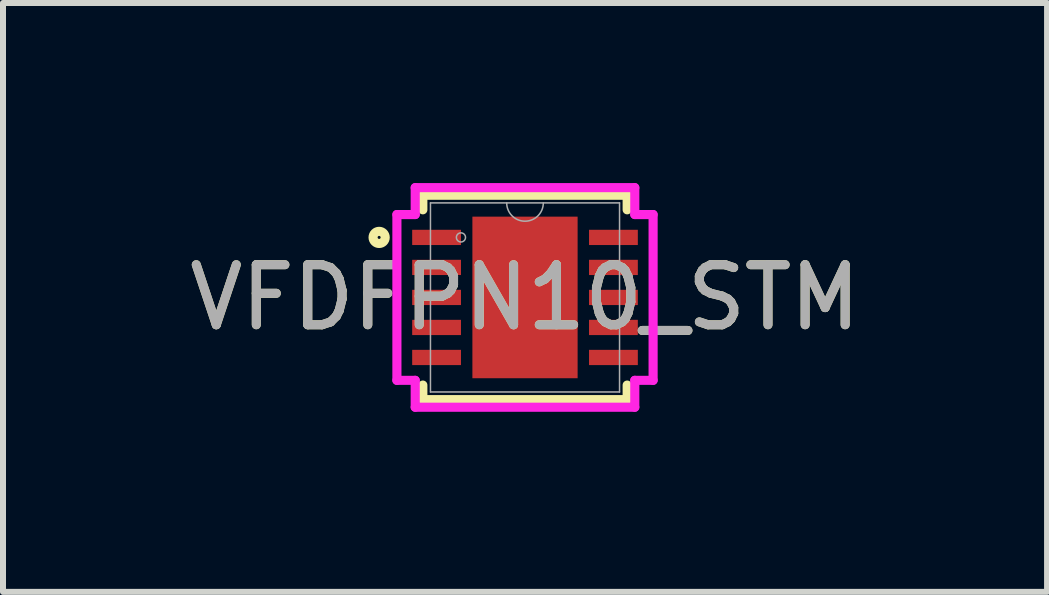
<source format=kicad_pcb>
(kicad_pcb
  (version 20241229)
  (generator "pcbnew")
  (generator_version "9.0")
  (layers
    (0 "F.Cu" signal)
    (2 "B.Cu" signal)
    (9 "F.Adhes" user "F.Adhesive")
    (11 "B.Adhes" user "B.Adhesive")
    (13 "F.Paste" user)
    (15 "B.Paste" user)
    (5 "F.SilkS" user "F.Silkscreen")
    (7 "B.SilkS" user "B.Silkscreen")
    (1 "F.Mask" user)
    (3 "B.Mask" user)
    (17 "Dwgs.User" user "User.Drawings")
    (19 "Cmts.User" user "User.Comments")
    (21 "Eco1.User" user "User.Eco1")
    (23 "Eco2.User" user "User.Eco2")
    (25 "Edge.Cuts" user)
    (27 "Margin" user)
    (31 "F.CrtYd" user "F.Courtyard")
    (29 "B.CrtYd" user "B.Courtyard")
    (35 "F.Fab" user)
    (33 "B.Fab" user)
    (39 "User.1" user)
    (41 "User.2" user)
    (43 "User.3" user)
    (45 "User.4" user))
  (footprint "VFDFPN10_STM"
    (layer "F.Cu")
    (at 5.696 1.905)
    (property "Reference" "VFDFPN10_STM" (at 0 0 0) (unlocked yes) (layer "F.SilkS") (effects (font (size 1 1) (thickness 0.15))))
    (attr smd)
    (fp_line (start -1.702 -1.702) (end -1.702 -1.46) (stroke (width 0.152) (type solid)) (layer "F.SilkS"))
    (fp_line (start -1.702 1.46) (end -1.702 1.702) (stroke (width 0.152) (type solid)) (layer "F.SilkS"))
    (fp_line (start -1.702 1.702) (end 1.702 1.702) (stroke (width 0.152) (type solid)) (layer "F.SilkS"))
    (fp_line (start 1.702 -1.702) (end -1.702 -1.702) (stroke (width 0.152) (type solid)) (layer "F.SilkS"))
    (fp_line (start 1.702 -1.46) (end 1.702 -1.702) (stroke (width 0.152) (type solid)) (layer "F.SilkS"))
    (fp_line (start 1.702 1.702) (end 1.702 1.46) (stroke (width 0.152) (type solid)) (layer "F.SilkS"))
    (fp_circle (center -2.43 -1) (end -2.329 -1) (stroke (width 0.152) (type solid)) (fill no) (layer "F.SilkS"))
    (fp_poly (pts (xy -0.776 -1.246) (xy -0.776 -0.1) (xy 0.776 -0.1) (xy 0.776 -1.246)) (stroke (width 0) (type solid)) (fill yes) (layer "F.Paste"))
    (fp_poly (pts (xy -0.776 0.1) (xy -0.776 1.246) (xy 0.776 1.246) (xy 0.776 0.1)) (stroke (width 0) (type solid)) (fill yes) (layer "F.Paste"))
    (fp_line (start -2.134 -1.381) (end -1.829 -1.381) (stroke (width 0.152) (type solid)) (layer "F.CrtYd"))
    (fp_line (start -2.134 1.381) (end -2.134 -1.381) (stroke (width 0.152) (type solid)) (layer "F.CrtYd"))
    (fp_line (start -2.134 1.381) (end -1.829 1.381) (stroke (width 0.152) (type solid)) (layer "F.CrtYd"))
    (fp_line (start -1.829 -1.829) (end 1.829 -1.829) (stroke (width 0.152) (type solid)) (layer "F.CrtYd"))
    (fp_line (start -1.829 -1.381) (end -1.829 -1.829) (stroke (width 0.152) (type solid)) (layer "F.CrtYd"))
    (fp_line (start -1.829 1.829) (end -1.829 1.381) (stroke (width 0.152) (type solid)) (layer "F.CrtYd"))
    (fp_line (start 1.829 -1.829) (end 1.829 -1.381) (stroke (width 0.152) (type solid)) (layer "F.CrtYd"))
    (fp_line (start 1.829 1.381) (end 1.829 1.829) (stroke (width 0.152) (type solid)) (layer "F.CrtYd"))
    (fp_line (start 1.829 1.829) (end -1.829 1.829) (stroke (width 0.152) (type solid)) (layer "F.CrtYd"))
    (fp_line (start 2.134 -1.381) (end 1.829 -1.381) (stroke (width 0.152) (type solid)) (layer "F.CrtYd"))
    (fp_line (start 2.134 -1.381) (end 2.134 1.381) (stroke (width 0.152) (type solid)) (layer "F.CrtYd"))
    (fp_line (start 2.134 1.381) (end 1.829 1.381) (stroke (width 0.152) (type solid)) (layer "F.CrtYd"))
    (fp_line (start -1.575 -1.575) (end -1.575 1.575) (stroke (width 0.025) (type solid)) (layer "F.Fab"))
    (fp_line (start -1.575 1.575) (end 1.575 1.575) (stroke (width 0.025) (type solid)) (layer "F.Fab"))
    (fp_line (start 1.575 -1.575) (end -1.575 -1.575) (stroke (width 0.025) (type solid)) (layer "F.Fab"))
    (fp_line (start 1.575 1.575) (end 1.575 -1.575) (stroke (width 0.025) (type solid)) (layer "F.Fab"))
    (fp_arc (start 0.3048 -1.5748) (mid 0 -1.27) (end -0.3048 -1.5748) (stroke (width 0.0254) (type solid)) (layer "F.Fab"))
    (fp_circle (center -1.067 -1) (end -0.991 -1) (stroke (width 0.025) (type solid)) (fill no) (layer "F.Fab"))
    (fp_text user "${REFERENCE}" (at 0 0 0) (unlocked yes) (layer "F.Fab") (effects (font (size 1 1) (thickness 0.15))))
    (pad "1" smd rect (at -1.473 -1) (size 0.813 0.254) (layers "F.Cu" "F.Mask" "F.Paste"))
    (pad "2" smd rect (at -1.473 -0.5) (size 0.813 0.254) (layers "F.Cu" "F.Mask" "F.Paste"))
    (pad "3" smd rect (at -1.473 0) (size 0.813 0.254) (layers "F.Cu" "F.Mask" "F.Paste"))
    (pad "4" smd rect (at -1.473 0.5) (size 0.813 0.254) (layers "F.Cu" "F.Mask" "F.Paste"))
    (pad "5" smd rect (at -1.473 1) (size 0.813 0.254) (layers "F.Cu" "F.Mask" "F.Paste"))
    (pad "6" smd rect (at 1.473 1) (size 0.813 0.254) (layers "F.Cu" "F.Mask" "F.Paste"))
    (pad "7" smd rect (at 1.473 0.5) (size 0.813 0.254) (layers "F.Cu" "F.Mask" "F.Paste"))
    (pad "8" smd rect (at 1.473 0) (size 0.813 0.254) (layers "F.Cu" "F.Mask" "F.Paste"))
    (pad "9" smd rect (at 1.473 -0.5) (size 0.813 0.254) (layers "F.Cu" "F.Mask" "F.Paste"))
    (pad "10" smd rect (at 1.473 -1) (size 0.813 0.254) (layers "F.Cu" "F.Mask" "F.Paste"))
    (pad "11" smd rect (at 0 0) (size 1.753 2.692) (layers "F.Cu" "F.Mask" "F.Paste")))
  (gr_rect
    (start -3 -3)
    (end 14.393 6.81)
    (stroke (width 0.1) (type default))
    (fill no)
    (layer "Edge.Cuts")))
</source>
